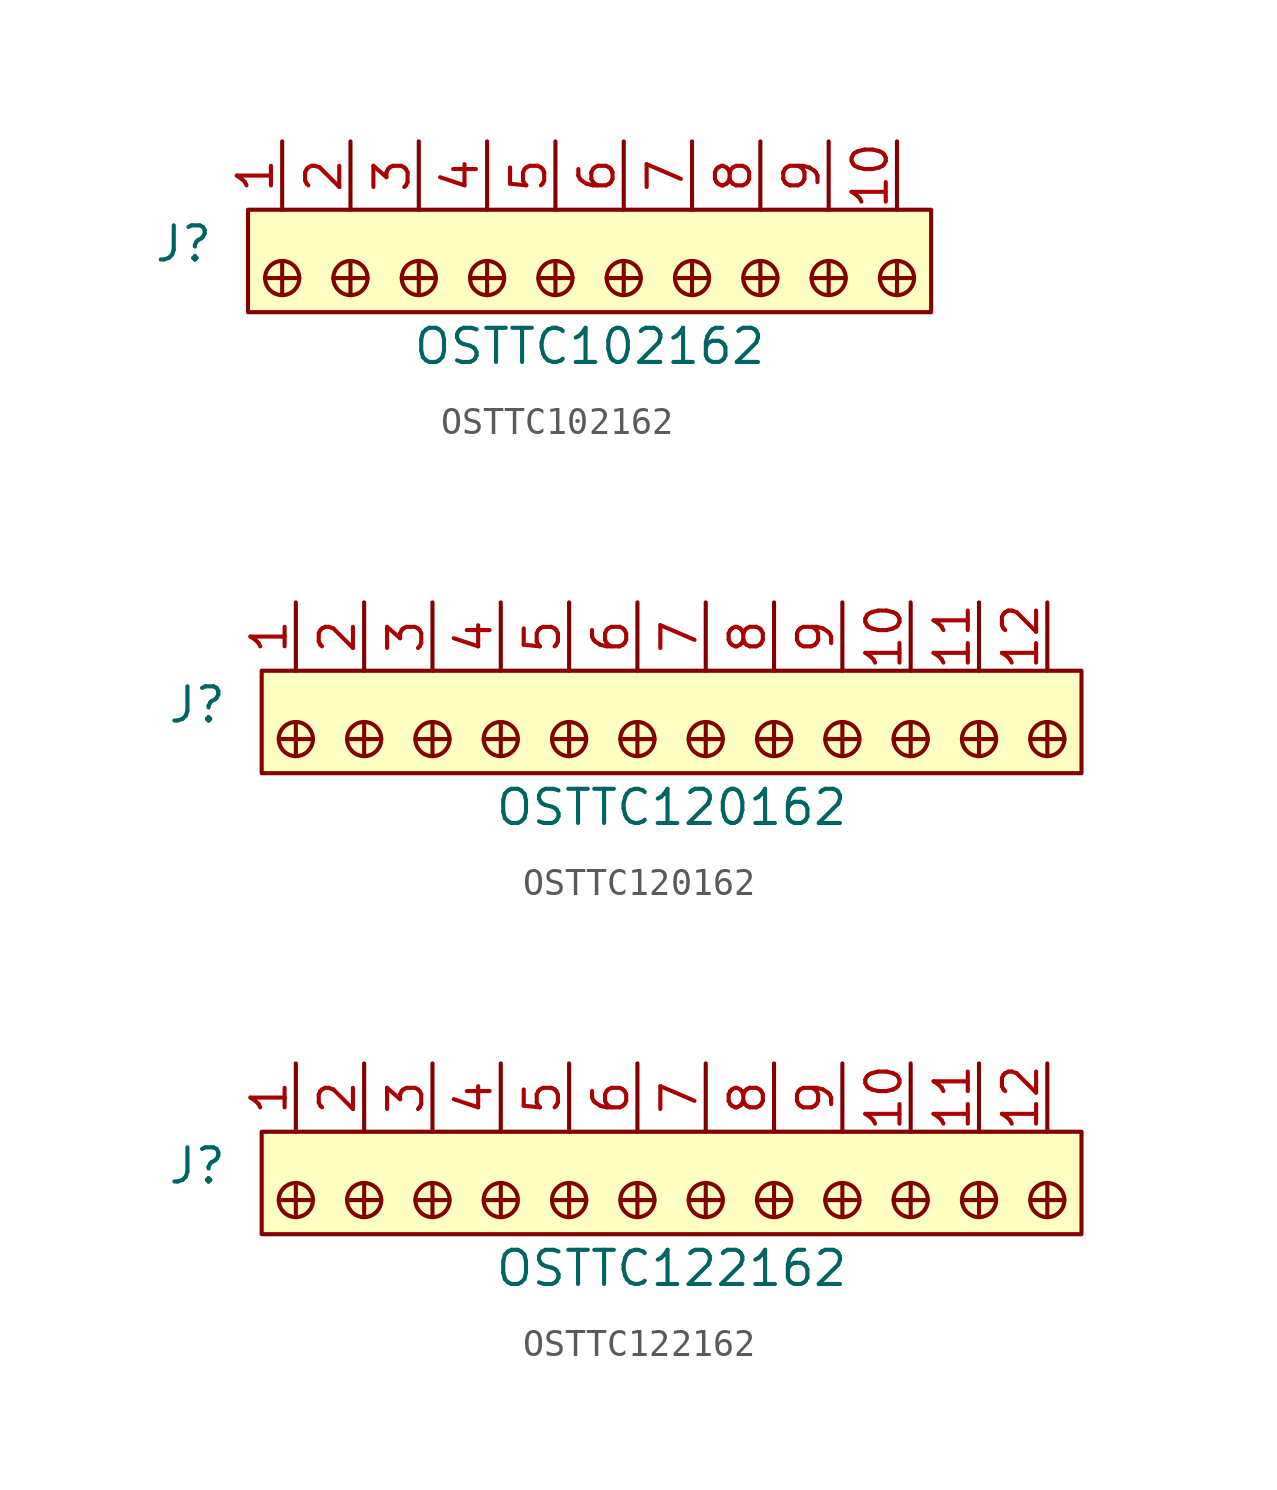
<source format=kicad_sym>
(kicad_symbol_lib
  (version 20220914)
  (generator kicad_symbol_editor)
  (symbol "OSTTC102162"
    (pin_names
      (offset 1.016))
    (property "Reference" "J"
      (at -2.54 -1.27 0)
      (effects (font (size 1.27 1.27)) (justify right)))
    (property "Value" "OSTTC102162"
      (at 11.43 -5.08 0)
      (effects (font (size 1.27 1.27))))
    (symbol "OSTTC102162_1_1"
      (rectangle (start -1.27 0) (end 24.13 -3.81) (stroke (width 0) (type default)) (fill (type background)))
      (circle (center 0 -2.54) (radius 0.635) (stroke (width 0) (type default)) (fill (type none)))
      (polyline (pts (xy 0 -1.905) (xy 0 -3.175)) (stroke (width 0) (type default)) (fill (type none)))
      (polyline (pts (xy 0.635 -2.54) (xy -0.635 -2.54)) (stroke (width 0) (type default)) (fill (type none)))
      (polyline (pts (xy 1.905 -2.54) (xy 3.175 -2.54)) (stroke (width 0) (type default)) (fill (type none)))
      (polyline (pts (xy 2.54 -1.905) (xy 2.54 -3.175)) (stroke (width 0) (type default)) (fill (type none)))
      (polyline (pts (xy 5.08 -1.905) (xy 5.08 -3.175)) (stroke (width 0) (type default)) (fill (type none)))
      (polyline (pts (xy 5.715 -2.54) (xy 4.445 -2.54)) (stroke (width 0) (type default)) (fill (type none)))
      (polyline (pts (xy 6.985 -2.54) (xy 8.255 -2.54)) (stroke (width 0) (type default)) (fill (type none)))
      (polyline (pts (xy 7.62 -1.905) (xy 7.62 -3.175)) (stroke (width 0) (type default)) (fill (type none)))
      (polyline (pts (xy 10.16 -1.905) (xy 10.16 -3.175)) (stroke (width 0) (type default)) (fill (type none)))
      (polyline (pts (xy 10.795 -2.54) (xy 9.525 -2.54)) (stroke (width 0) (type default)) (fill (type none)))
      (polyline (pts (xy 12.065 -2.54) (xy 13.335 -2.54)) (stroke (width 0) (type default)) (fill (type none)))
      (polyline (pts (xy 12.7 -1.905) (xy 12.7 -3.175)) (stroke (width 0) (type default)) (fill (type none)))
      (polyline (pts (xy 15.24 -1.905) (xy 15.24 -3.175)) (stroke (width 0) (type default)) (fill (type none)))
      (polyline (pts (xy 15.875 -2.54) (xy 14.605 -2.54)) (stroke (width 0) (type default)) (fill (type none)))
      (polyline (pts (xy 17.145 -2.54) (xy 18.415 -2.54)) (stroke (width 0) (type default)) (fill (type none)))
      (polyline (pts (xy 17.78 -1.905) (xy 17.78 -3.175)) (stroke (width 0) (type default)) (fill (type none)))
      (polyline (pts (xy 20.32 -1.905) (xy 20.32 -3.175)) (stroke (width 0) (type default)) (fill (type none)))
      (polyline (pts (xy 20.955 -2.54) (xy 19.685 -2.54)) (stroke (width 0) (type default)) (fill (type none)))
      (polyline (pts (xy 22.225 -2.54) (xy 23.495 -2.54)) (stroke (width 0) (type default)) (fill (type none)))
      (polyline (pts (xy 22.86 -1.905) (xy 22.86 -3.175)) (stroke (width 0) (type default)) (fill (type none)))
      (circle (center 2.54 -2.54) (radius 0.635) (stroke (width 0) (type default)) (fill (type none)))
      (circle (center 5.08 -2.54) (radius 0.635) (stroke (width 0) (type default)) (fill (type none)))
      (circle (center 7.62 -2.54) (radius 0.635) (stroke (width 0) (type default)) (fill (type none)))
      (circle (center 10.16 -2.54) (radius 0.635) (stroke (width 0) (type default)) (fill (type none)))
      (circle (center 12.7 -2.54) (radius 0.635) (stroke (width 0) (type default)) (fill (type none)))
      (circle (center 15.24 -2.54) (radius 0.635) (stroke (width 0) (type default)) (fill (type none)))
      (circle (center 17.78 -2.54) (radius 0.635) (stroke (width 0) (type default)) (fill (type none)))
      (circle (center 20.32 -2.54) (radius 0.635) (stroke (width 0) (type default)) (fill (type none)))
      (circle (center 22.86 -2.54) (radius 0.635) (stroke (width 0) (type default)) (fill (type none)))
      (pin passive line (at 0 2.54 270) (length 2.54) (name "~" (effects (font (size 1.27 1.27)))) (number "1" (effects (font (size 1.27 1.27)))))
      (pin passive line (at 22.86 2.54 270) (length 2.54) (name "~" (effects (font (size 1.27 1.27)))) (number "10" (effects (font (size 1.27 1.27)))))
      (pin passive line (at 2.54 2.54 270) (length 2.54) (name "~" (effects (font (size 1.27 1.27)))) (number "2" (effects (font (size 1.27 1.27)))))
      (pin passive line (at 5.08 2.54 270) (length 2.54) (name "~" (effects (font (size 1.27 1.27)))) (number "3" (effects (font (size 1.27 1.27)))))
      (pin passive line (at 7.62 2.54 270) (length 2.54) (name "~" (effects (font (size 1.27 1.27)))) (number "4" (effects (font (size 1.27 1.27)))))
      (pin passive line (at 10.16 2.54 270) (length 2.54) (name "~" (effects (font (size 1.27 1.27)))) (number "5" (effects (font (size 1.27 1.27)))))
      (pin passive line (at 12.7 2.54 270) (length 2.54) (name "~" (effects (font (size 1.27 1.27)))) (number "6" (effects (font (size 1.27 1.27)))))
      (pin passive line (at 15.24 2.54 270) (length 2.54) (name "~" (effects (font (size 1.27 1.27)))) (number "7" (effects (font (size 1.27 1.27)))))
      (pin passive line (at 17.78 2.54 270) (length 2.54) (name "~" (effects (font (size 1.27 1.27)))) (number "8" (effects (font (size 1.27 1.27)))))
      (pin passive line (at 20.32 2.54 270) (length 2.54) (name "~" (effects (font (size 1.27 1.27)))) (number "9" (effects (font (size 1.27 1.27)))))))
  (symbol "OSTTC120162"
    (pin_names
      (offset 1.016))
    (property "Reference" "J"
      (at -2.54 -1.27 0)
      (effects (font (size 1.27 1.27)) (justify right)))
    (property "Value" "OSTTC120162"
      (at 13.97 -5.08 0)
      (effects (font (size 1.27 1.27))))
    (symbol "OSTTC120162_1_1"
      (rectangle (start -1.27 0) (end 29.21 -3.81) (stroke (width 0) (type default)) (fill (type background)))
      (circle (center 0 -2.54) (radius 0.635) (stroke (width 0) (type default)) (fill (type none)))
      (polyline (pts (xy 0 -1.905) (xy 0 -3.175)) (stroke (width 0) (type default)) (fill (type none)))
      (polyline (pts (xy 0.635 -2.54) (xy -0.635 -2.54)) (stroke (width 0) (type default)) (fill (type none)))
      (polyline (pts (xy 1.905 -2.54) (xy 3.175 -2.54)) (stroke (width 0) (type default)) (fill (type none)))
      (polyline (pts (xy 2.54 -1.905) (xy 2.54 -3.175)) (stroke (width 0) (type default)) (fill (type none)))
      (polyline (pts (xy 5.08 -1.905) (xy 5.08 -3.175)) (stroke (width 0) (type default)) (fill (type none)))
      (polyline (pts (xy 5.715 -2.54) (xy 4.445 -2.54)) (stroke (width 0) (type default)) (fill (type none)))
      (polyline (pts (xy 6.985 -2.54) (xy 8.255 -2.54)) (stroke (width 0) (type default)) (fill (type none)))
      (polyline (pts (xy 7.62 -1.905) (xy 7.62 -3.175)) (stroke (width 0) (type default)) (fill (type none)))
      (polyline (pts (xy 10.16 -1.905) (xy 10.16 -3.175)) (stroke (width 0) (type default)) (fill (type none)))
      (polyline (pts (xy 10.795 -2.54) (xy 9.525 -2.54)) (stroke (width 0) (type default)) (fill (type none)))
      (polyline (pts (xy 12.065 -2.54) (xy 13.335 -2.54)) (stroke (width 0) (type default)) (fill (type none)))
      (polyline (pts (xy 12.7 -1.905) (xy 12.7 -3.175)) (stroke (width 0) (type default)) (fill (type none)))
      (polyline (pts (xy 15.24 -1.905) (xy 15.24 -3.175)) (stroke (width 0) (type default)) (fill (type none)))
      (polyline (pts (xy 15.875 -2.54) (xy 14.605 -2.54)) (stroke (width 0) (type default)) (fill (type none)))
      (polyline (pts (xy 17.145 -2.54) (xy 18.415 -2.54)) (stroke (width 0) (type default)) (fill (type none)))
      (polyline (pts (xy 17.78 -1.905) (xy 17.78 -3.175)) (stroke (width 0) (type default)) (fill (type none)))
      (polyline (pts (xy 20.32 -1.905) (xy 20.32 -3.175)) (stroke (width 0) (type default)) (fill (type none)))
      (polyline (pts (xy 20.955 -2.54) (xy 19.685 -2.54)) (stroke (width 0) (type default)) (fill (type none)))
      (polyline (pts (xy 22.225 -2.54) (xy 23.495 -2.54)) (stroke (width 0) (type default)) (fill (type none)))
      (polyline (pts (xy 22.86 -1.905) (xy 22.86 -3.175)) (stroke (width 0) (type default)) (fill (type none)))
      (polyline (pts (xy 25.4 -1.905) (xy 25.4 -3.175)) (stroke (width 0) (type default)) (fill (type none)))
      (polyline (pts (xy 26.035 -2.54) (xy 24.765 -2.54)) (stroke (width 0) (type default)) (fill (type none)))
      (polyline (pts (xy 27.305 -2.54) (xy 28.575 -2.54)) (stroke (width 0) (type default)) (fill (type none)))
      (polyline (pts (xy 27.94 -1.905) (xy 27.94 -3.175)) (stroke (width 0) (type default)) (fill (type none)))
      (circle (center 2.54 -2.54) (radius 0.635) (stroke (width 0) (type default)) (fill (type none)))
      (circle (center 5.08 -2.54) (radius 0.635) (stroke (width 0) (type default)) (fill (type none)))
      (circle (center 7.62 -2.54) (radius 0.635) (stroke (width 0) (type default)) (fill (type none)))
      (circle (center 10.16 -2.54) (radius 0.635) (stroke (width 0) (type default)) (fill (type none)))
      (circle (center 12.7 -2.54) (radius 0.635) (stroke (width 0) (type default)) (fill (type none)))
      (circle (center 15.24 -2.54) (radius 0.635) (stroke (width 0) (type default)) (fill (type none)))
      (circle (center 17.78 -2.54) (radius 0.635) (stroke (width 0) (type default)) (fill (type none)))
      (circle (center 20.32 -2.54) (radius 0.635) (stroke (width 0) (type default)) (fill (type none)))
      (circle (center 22.86 -2.54) (radius 0.635) (stroke (width 0) (type default)) (fill (type none)))
      (circle (center 25.4 -2.54) (radius 0.635) (stroke (width 0) (type default)) (fill (type none)))
      (circle (center 27.94 -2.54) (radius 0.635) (stroke (width 0) (type default)) (fill (type none)))
      (pin passive line (at 0 2.54 270) (length 2.54) (name "~" (effects (font (size 1.27 1.27)))) (number "1" (effects (font (size 1.27 1.27)))))
      (pin passive line (at 22.86 2.54 270) (length 2.54) (name "~" (effects (font (size 1.27 1.27)))) (number "10" (effects (font (size 1.27 1.27)))))
      (pin passive line (at 25.4 2.54 270) (length 2.54) (name "~" (effects (font (size 1.27 1.27)))) (number "11" (effects (font (size 1.27 1.27)))))
      (pin passive line (at 27.94 2.54 270) (length 2.54) (name "~" (effects (font (size 1.27 1.27)))) (number "12" (effects (font (size 1.27 1.27)))))
      (pin passive line (at 2.54 2.54 270) (length 2.54) (name "~" (effects (font (size 1.27 1.27)))) (number "2" (effects (font (size 1.27 1.27)))))
      (pin passive line (at 5.08 2.54 270) (length 2.54) (name "~" (effects (font (size 1.27 1.27)))) (number "3" (effects (font (size 1.27 1.27)))))
      (pin passive line (at 7.62 2.54 270) (length 2.54) (name "~" (effects (font (size 1.27 1.27)))) (number "4" (effects (font (size 1.27 1.27)))))
      (pin passive line (at 10.16 2.54 270) (length 2.54) (name "~" (effects (font (size 1.27 1.27)))) (number "5" (effects (font (size 1.27 1.27)))))
      (pin passive line (at 12.7 2.54 270) (length 2.54) (name "~" (effects (font (size 1.27 1.27)))) (number "6" (effects (font (size 1.27 1.27)))))
      (pin passive line (at 15.24 2.54 270) (length 2.54) (name "~" (effects (font (size 1.27 1.27)))) (number "7" (effects (font (size 1.27 1.27)))))
      (pin passive line (at 17.78 2.54 270) (length 2.54) (name "~" (effects (font (size 1.27 1.27)))) (number "8" (effects (font (size 1.27 1.27)))))
      (pin passive line (at 20.32 2.54 270) (length 2.54) (name "~" (effects (font (size 1.27 1.27)))) (number "9" (effects (font (size 1.27 1.27)))))))
  (symbol "OSTTC122162"
    (pin_names
      (offset 1.016))
    (property "Reference" "J"
      (at -2.54 -1.27 0)
      (effects (font (size 1.27 1.27)) (justify right)))
    (property "Value" "OSTTC122162"
      (at 13.97 -5.08 0)
      (effects (font (size 1.27 1.27))))
    (symbol "OSTTC122162_1_1"
      (rectangle (start -1.27 0) (end 29.21 -3.81) (stroke (width 0) (type default)) (fill (type background)))
      (circle (center 0 -2.54) (radius 0.635) (stroke (width 0) (type default)) (fill (type none)))
      (polyline (pts (xy 0 -1.905) (xy 0 -3.175)) (stroke (width 0) (type default)) (fill (type none)))
      (polyline (pts (xy 0.635 -2.54) (xy -0.635 -2.54)) (stroke (width 0) (type default)) (fill (type none)))
      (polyline (pts (xy 1.905 -2.54) (xy 3.175 -2.54)) (stroke (width 0) (type default)) (fill (type none)))
      (polyline (pts (xy 2.54 -1.905) (xy 2.54 -3.175)) (stroke (width 0) (type default)) (fill (type none)))
      (polyline (pts (xy 5.08 -1.905) (xy 5.08 -3.175)) (stroke (width 0) (type default)) (fill (type none)))
      (polyline (pts (xy 5.715 -2.54) (xy 4.445 -2.54)) (stroke (width 0) (type default)) (fill (type none)))
      (polyline (pts (xy 6.985 -2.54) (xy 8.255 -2.54)) (stroke (width 0) (type default)) (fill (type none)))
      (polyline (pts (xy 7.62 -1.905) (xy 7.62 -3.175)) (stroke (width 0) (type default)) (fill (type none)))
      (polyline (pts (xy 10.16 -1.905) (xy 10.16 -3.175)) (stroke (width 0) (type default)) (fill (type none)))
      (polyline (pts (xy 10.795 -2.54) (xy 9.525 -2.54)) (stroke (width 0) (type default)) (fill (type none)))
      (polyline (pts (xy 12.065 -2.54) (xy 13.335 -2.54)) (stroke (width 0) (type default)) (fill (type none)))
      (polyline (pts (xy 12.7 -1.905) (xy 12.7 -3.175)) (stroke (width 0) (type default)) (fill (type none)))
      (polyline (pts (xy 15.24 -1.905) (xy 15.24 -3.175)) (stroke (width 0) (type default)) (fill (type none)))
      (polyline (pts (xy 15.875 -2.54) (xy 14.605 -2.54)) (stroke (width 0) (type default)) (fill (type none)))
      (polyline (pts (xy 17.145 -2.54) (xy 18.415 -2.54)) (stroke (width 0) (type default)) (fill (type none)))
      (polyline (pts (xy 17.78 -1.905) (xy 17.78 -3.175)) (stroke (width 0) (type default)) (fill (type none)))
      (polyline (pts (xy 20.32 -1.905) (xy 20.32 -3.175)) (stroke (width 0) (type default)) (fill (type none)))
      (polyline (pts (xy 20.955 -2.54) (xy 19.685 -2.54)) (stroke (width 0) (type default)) (fill (type none)))
      (polyline (pts (xy 22.225 -2.54) (xy 23.495 -2.54)) (stroke (width 0) (type default)) (fill (type none)))
      (polyline (pts (xy 22.86 -1.905) (xy 22.86 -3.175)) (stroke (width 0) (type default)) (fill (type none)))
      (polyline (pts (xy 25.4 -1.905) (xy 25.4 -3.175)) (stroke (width 0) (type default)) (fill (type none)))
      (polyline (pts (xy 26.035 -2.54) (xy 24.765 -2.54)) (stroke (width 0) (type default)) (fill (type none)))
      (polyline (pts (xy 27.305 -2.54) (xy 28.575 -2.54)) (stroke (width 0) (type default)) (fill (type none)))
      (polyline (pts (xy 27.94 -1.905) (xy 27.94 -3.175)) (stroke (width 0) (type default)) (fill (type none)))
      (circle (center 2.54 -2.54) (radius 0.635) (stroke (width 0) (type default)) (fill (type none)))
      (circle (center 5.08 -2.54) (radius 0.635) (stroke (width 0) (type default)) (fill (type none)))
      (circle (center 7.62 -2.54) (radius 0.635) (stroke (width 0) (type default)) (fill (type none)))
      (circle (center 10.16 -2.54) (radius 0.635) (stroke (width 0) (type default)) (fill (type none)))
      (circle (center 12.7 -2.54) (radius 0.635) (stroke (width 0) (type default)) (fill (type none)))
      (circle (center 15.24 -2.54) (radius 0.635) (stroke (width 0) (type default)) (fill (type none)))
      (circle (center 17.78 -2.54) (radius 0.635) (stroke (width 0) (type default)) (fill (type none)))
      (circle (center 20.32 -2.54) (radius 0.635) (stroke (width 0) (type default)) (fill (type none)))
      (circle (center 22.86 -2.54) (radius 0.635) (stroke (width 0) (type default)) (fill (type none)))
      (circle (center 25.4 -2.54) (radius 0.635) (stroke (width 0) (type default)) (fill (type none)))
      (circle (center 27.94 -2.54) (radius 0.635) (stroke (width 0) (type default)) (fill (type none)))
      (pin passive line (at 0 2.54 270) (length 2.54) (name "~" (effects (font (size 1.27 1.27)))) (number "1" (effects (font (size 1.27 1.27)))))
      (pin passive line (at 22.86 2.54 270) (length 2.54) (name "~" (effects (font (size 1.27 1.27)))) (number "10" (effects (font (size 1.27 1.27)))))
      (pin passive line (at 25.4 2.54 270) (length 2.54) (name "~" (effects (font (size 1.27 1.27)))) (number "11" (effects (font (size 1.27 1.27)))))
      (pin passive line (at 27.94 2.54 270) (length 2.54) (name "~" (effects (font (size 1.27 1.27)))) (number "12" (effects (font (size 1.27 1.27)))))
      (pin passive line (at 2.54 2.54 270) (length 2.54) (name "~" (effects (font (size 1.27 1.27)))) (number "2" (effects (font (size 1.27 1.27)))))
      (pin passive line (at 5.08 2.54 270) (length 2.54) (name "~" (effects (font (size 1.27 1.27)))) (number "3" (effects (font (size 1.27 1.27)))))
      (pin passive line (at 7.62 2.54 270) (length 2.54) (name "~" (effects (font (size 1.27 1.27)))) (number "4" (effects (font (size 1.27 1.27)))))
      (pin passive line (at 10.16 2.54 270) (length 2.54) (name "~" (effects (font (size 1.27 1.27)))) (number "5" (effects (font (size 1.27 1.27)))))
      (pin passive line (at 12.7 2.54 270) (length 2.54) (name "~" (effects (font (size 1.27 1.27)))) (number "6" (effects (font (size 1.27 1.27)))))
      (pin passive line (at 15.24 2.54 270) (length 2.54) (name "~" (effects (font (size 1.27 1.27)))) (number "7" (effects (font (size 1.27 1.27)))))
      (pin passive line (at 17.78 2.54 270) (length 2.54) (name "~" (effects (font (size 1.27 1.27)))) (number "8" (effects (font (size 1.27 1.27)))))
      (pin passive line (at 20.32 2.54 270) (length 2.54) (name "~" (effects (font (size 1.27 1.27)))) (number "9" (effects (font (size 1.27 1.27))))))))
</source>
